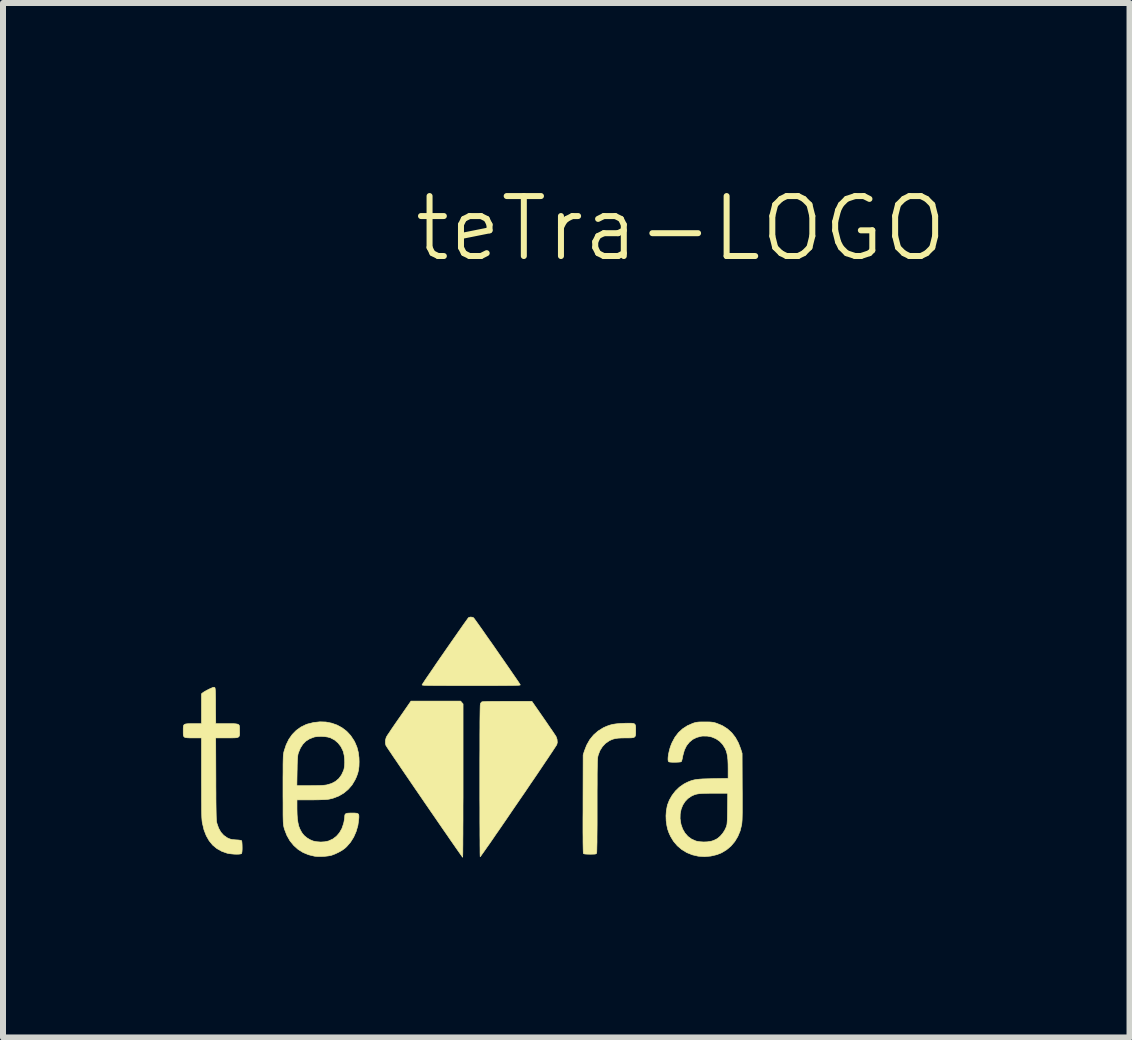
<source format=kicad_pcb>
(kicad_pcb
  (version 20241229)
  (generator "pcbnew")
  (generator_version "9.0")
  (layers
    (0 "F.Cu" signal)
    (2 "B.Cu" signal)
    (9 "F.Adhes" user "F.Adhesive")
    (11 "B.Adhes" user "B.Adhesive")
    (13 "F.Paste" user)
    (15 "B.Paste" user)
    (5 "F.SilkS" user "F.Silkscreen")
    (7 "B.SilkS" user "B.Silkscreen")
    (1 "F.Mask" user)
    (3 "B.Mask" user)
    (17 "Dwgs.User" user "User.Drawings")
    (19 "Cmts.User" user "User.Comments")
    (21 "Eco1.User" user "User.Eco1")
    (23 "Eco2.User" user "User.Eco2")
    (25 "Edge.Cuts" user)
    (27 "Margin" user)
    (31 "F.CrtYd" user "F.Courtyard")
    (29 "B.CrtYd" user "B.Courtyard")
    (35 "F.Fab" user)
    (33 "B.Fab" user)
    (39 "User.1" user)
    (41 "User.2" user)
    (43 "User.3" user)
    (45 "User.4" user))
  (footprint "teTra-LOGO"
    (layer "F.Cu")
    (at 4.802 9.261)
    (property "Reference" "teTra-LOGO" (at 3.5 -8.5 0) (unlocked yes) (layer "F.SilkS") (effects (font (size 1 1) (thickness 0.1))))
    (attr smd)
    (fp_poly (pts (xy -0.153 -0.599) (xy -0.132 -0.575) (xy -0.132 0.703) (xy -0.132 0.848) (xy -0.132 0.989) (xy -0.133 1.125) (xy -0.133 1.253) (xy -0.133 1.375) (xy -0.134 1.488) (xy -0.134 1.592) (xy -0.135 1.685) (xy -0.135 1.768) (xy -0.136 1.838) (xy -0.136 1.895) (xy -0.137 1.939) (xy -0.138 1.967) (xy -0.139 1.98) (xy -0.139 1.981) (xy -0.144 1.974) (xy -0.159 1.954) (xy -0.182 1.921) (xy -0.213 1.877) (xy -0.251 1.823) (xy -0.296 1.758) (xy -0.347 1.685) (xy -0.403 1.603) (xy -0.465 1.514) (xy -0.531 1.418) (xy -0.601 1.316) (xy -0.675 1.209) (xy -0.751 1.098) (xy -0.778 1.059) (xy -0.855 0.946) (xy -0.93 0.837) (xy -1.001 0.733) (xy -1.069 0.633) (xy -1.133 0.54) (xy -1.191 0.454) (xy -1.244 0.376) (xy -1.292 0.306) (xy -1.332 0.246) (xy -1.366 0.196) (xy -1.392 0.157) (xy -1.409 0.13) (xy -1.418 0.116) (xy -1.419 0.114) (xy -1.427 0.077) (xy -1.426 0.033) (xy -1.416 -0.008) (xy -1.411 -0.022) (xy -1.403 -0.036) (xy -1.386 -0.063) (xy -1.361 -0.099) (xy -1.331 -0.145) (xy -1.295 -0.198) (xy -1.255 -0.256) (xy -1.212 -0.318) (xy -1.197 -0.339) (xy -1 -0.623) (xy -0.173 -0.623) (xy -0.153 -0.599)) (stroke (width 0.01) (type solid)) (fill yes) (layer "F.SilkS"))
    (fp_poly (pts (xy 0.022 -2.021) (xy 0.043 -2.012) (xy 0.05 -2.003) (xy 0.066 -1.982) (xy 0.089 -1.95) (xy 0.12 -1.907) (xy 0.156 -1.856) (xy 0.198 -1.797) (xy 0.243 -1.732) (xy 0.292 -1.662) (xy 0.344 -1.589) (xy 0.397 -1.513) (xy 0.45 -1.436) (xy 0.503 -1.36) (xy 0.555 -1.285) (xy 0.605 -1.213) (xy 0.652 -1.145) (xy 0.695 -1.082) (xy 0.733 -1.027) (xy 0.766 -0.979) (xy 0.792 -0.941) (xy 0.81 -0.913) (xy 0.82 -0.897) (xy 0.821 -0.895) (xy 0.821 -0.892) (xy 0.818 -0.89) (xy 0.81 -0.889) (xy 0.798 -0.887) (xy 0.78 -0.886) (xy 0.755 -0.885) (xy 0.722 -0.884) (xy 0.681 -0.883) (xy 0.629 -0.883) (xy 0.567 -0.882) (xy 0.493 -0.882) (xy 0.407 -0.881) (xy 0.307 -0.881) (xy 0.192 -0.881) (xy 0.061 -0.881) (xy 0.003 -0.881) (xy -0.134 -0.881) (xy -0.254 -0.881) (xy -0.36 -0.881) (xy -0.452 -0.882) (xy -0.531 -0.882) (xy -0.598 -0.882) (xy -0.653 -0.883) (xy -0.699 -0.883) (xy -0.735 -0.884) (xy -0.763 -0.885) (xy -0.784 -0.886) (xy -0.799 -0.888) (xy -0.808 -0.889) (xy -0.813 -0.891) (xy -0.815 -0.893) (xy -0.815 -0.895) (xy -0.808 -0.906) (xy -0.793 -0.929) (xy -0.771 -0.963) (xy -0.741 -1.008) (xy -0.705 -1.06) (xy -0.664 -1.12) (xy -0.619 -1.186) (xy -0.571 -1.257) (xy -0.52 -1.331) (xy -0.467 -1.407) (xy -0.414 -1.484) (xy -0.361 -1.56) (xy -0.309 -1.635) (xy -0.259 -1.706) (xy -0.212 -1.774) (xy -0.169 -1.835) (xy -0.131 -1.89) (xy -0.098 -1.936) (xy -0.071 -1.973) (xy -0.052 -2) (xy -0.041 -2.014) (xy -0.039 -2.016) (xy -0.01 -2.024) (xy 0.022 -2.021)) (stroke (width 0.01) (type solid)) (fill yes) (layer "F.SilkS"))
    (fp_poly (pts (xy 1.21 -0.338) (xy 1.253 -0.276) (xy 1.293 -0.217) (xy 1.33 -0.163) (xy 1.362 -0.117) (xy 1.388 -0.078) (xy 1.407 -0.05) (xy 1.417 -0.033) (xy 1.419 -0.031) (xy 1.435 0.015) (xy 1.439 0.066) (xy 1.432 0.098) (xy 1.427 0.109) (xy 1.412 0.132) (xy 1.389 0.167) (xy 1.359 0.213) (xy 1.322 0.268) (xy 1.279 0.333) (xy 1.23 0.405) (xy 1.177 0.484) (xy 1.12 0.569) (xy 1.059 0.659) (xy 0.995 0.752) (xy 0.93 0.849) (xy 0.863 0.947) (xy 0.795 1.046) (xy 0.727 1.145) (xy 0.66 1.243) (xy 0.595 1.339) (xy 0.531 1.432) (xy 0.47 1.521) (xy 0.412 1.604) (xy 0.359 1.682) (xy 0.31 1.753) (xy 0.266 1.815) (xy 0.229 1.868) (xy 0.198 1.912) (xy 0.175 1.944) (xy 0.16 1.965) (xy 0.154 1.972) (xy 0.153 1.972) (xy 0.153 1.964) (xy 0.152 1.939) (xy 0.151 1.9) (xy 0.151 1.846) (xy 0.15 1.78) (xy 0.15 1.701) (xy 0.149 1.61) (xy 0.149 1.509) (xy 0.148 1.399) (xy 0.148 1.28) (xy 0.148 1.154) (xy 0.147 1.02) (xy 0.147 0.881) (xy 0.147 0.738) (xy 0.147 0.712) (xy 0.147 0.523) (xy 0.147 0.351) (xy 0.148 0.195) (xy 0.148 0.055) (xy 0.148 -0.07) (xy 0.149 -0.18) (xy 0.149 -0.276) (xy 0.15 -0.357) (xy 0.151 -0.425) (xy 0.152 -0.48) (xy 0.153 -0.522) (xy 0.154 -0.552) (xy 0.156 -0.57) (xy 0.156 -0.575) (xy 0.167 -0.596) (xy 0.181 -0.61) (xy 0.181 -0.61) (xy 0.193 -0.612) (xy 0.222 -0.614) (xy 0.264 -0.616) (xy 0.321 -0.617) (xy 0.391 -0.618) (xy 0.473 -0.618) (xy 0.565 -0.619) (xy 0.606 -0.619) (xy 1.015 -0.619) (xy 1.21 -0.338)) (stroke (width 0.01) (type solid)) (fill yes) (layer "F.SilkS"))
    (fp_poly (pts (xy 2.67 -0.254) (xy 2.702 -0.251) (xy 2.724 -0.244) (xy 2.737 -0.23) (xy 2.744 -0.21) (xy 2.746 -0.181) (xy 2.746 -0.142) (xy 2.746 -0.132) (xy 2.746 -0.09) (xy 2.744 -0.059) (xy 2.738 -0.037) (xy 2.726 -0.023) (xy 2.705 -0.014) (xy 2.674 -0.01) (xy 2.63 -0.009) (xy 2.579 -0.009) (xy 2.509 -0.008) (xy 2.452 -0.005) (xy 2.406 0.002) (xy 2.366 0.012) (xy 2.329 0.027) (xy 2.303 0.04) (xy 2.242 0.082) (xy 2.19 0.138) (xy 2.149 0.204) (xy 2.121 0.278) (xy 2.115 0.303) (xy 2.113 0.316) (xy 2.111 0.333) (xy 2.11 0.356) (xy 2.108 0.386) (xy 2.107 0.424) (xy 2.106 0.471) (xy 2.105 0.528) (xy 2.104 0.595) (xy 2.104 0.675) (xy 2.104 0.767) (xy 2.103 0.873) (xy 2.103 0.994) (xy 2.103 1.128) (xy 2.103 1.282) (xy 2.103 1.42) (xy 2.102 1.54) (xy 2.101 1.644) (xy 2.101 1.731) (xy 2.099 1.801) (xy 2.098 1.854) (xy 2.097 1.89) (xy 2.095 1.91) (xy 2.094 1.913) (xy 2.089 1.92) (xy 2.08 1.925) (xy 2.064 1.928) (xy 2.039 1.929) (xy 2.001 1.93) (xy 1.985 1.93) (xy 1.938 1.929) (xy 1.906 1.927) (xy 1.886 1.924) (xy 1.876 1.919) (xy 1.875 1.918) (xy 1.873 1.911) (xy 1.872 1.895) (xy 1.871 1.869) (xy 1.87 1.832) (xy 1.869 1.783) (xy 1.868 1.722) (xy 1.868 1.648) (xy 1.867 1.56) (xy 1.867 1.459) (xy 1.867 1.342) (xy 1.868 1.209) (xy 1.868 1.09) (xy 1.87 0.275) (xy 1.89 0.211) (xy 1.929 0.111) (xy 1.98 0.021) (xy 2.043 -0.057) (xy 2.118 -0.123) (xy 2.203 -0.176) (xy 2.217 -0.183) (xy 2.267 -0.205) (xy 2.315 -0.222) (xy 2.364 -0.235) (xy 2.419 -0.243) (xy 2.482 -0.249) (xy 2.558 -0.252) (xy 2.565 -0.253) (xy 2.625 -0.254) (xy 2.67 -0.254)) (stroke (width 0.01) (type solid)) (fill yes) (layer "F.SilkS"))
    (fp_poly (pts (xy -4.276 -0.851) (xy -4.274 -0.85) (xy -4.27 -0.847) (xy -4.267 -0.84) (xy -4.265 -0.829) (xy -4.263 -0.811) (xy -4.261 -0.785) (xy -4.26 -0.749) (xy -4.259 -0.702) (xy -4.258 -0.642) (xy -4.258 -0.567) (xy -4.258 -0.544) (xy -4.255 -0.246) (xy -4.07 -0.246) (xy -4.004 -0.246) (xy -3.954 -0.246) (xy -3.917 -0.243) (xy -3.89 -0.238) (xy -3.873 -0.23) (xy -3.863 -0.216) (xy -3.859 -0.196) (xy -3.858 -0.169) (xy -3.858 -0.134) (xy -3.858 -0.128) (xy -3.857 -0.091) (xy -3.858 -0.063) (xy -3.862 -0.042) (xy -3.871 -0.028) (xy -3.887 -0.018) (xy -3.912 -0.012) (xy -3.947 -0.01) (xy -3.996 -0.009) (xy -4.058 -0.009) (xy -4.07 -0.009) (xy -4.256 -0.009) (xy -4.253 0.675) (xy -4.253 0.799) (xy -4.252 0.909) (xy -4.252 1.003) (xy -4.251 1.084) (xy -4.25 1.153) (xy -4.249 1.211) (xy -4.248 1.259) (xy -4.247 1.298) (xy -4.246 1.33) (xy -4.244 1.355) (xy -4.243 1.374) (xy -4.241 1.39) (xy -4.238 1.403) (xy -4.236 1.413) (xy -4.208 1.494) (xy -4.171 1.561) (xy -4.124 1.614) (xy -4.068 1.654) (xy -4.046 1.665) (xy -4.016 1.677) (xy -3.983 1.685) (xy -3.943 1.689) (xy -3.918 1.691) (xy -3.881 1.693) (xy -3.851 1.697) (xy -3.831 1.701) (xy -3.826 1.703) (xy -3.821 1.715) (xy -3.818 1.74) (xy -3.816 1.773) (xy -3.815 1.811) (xy -3.815 1.848) (xy -3.817 1.882) (xy -3.821 1.907) (xy -3.825 1.92) (xy -3.84 1.925) (xy -3.868 1.929) (xy -3.904 1.93) (xy -3.946 1.929) (xy -3.99 1.925) (xy -4.031 1.92) (xy -4.066 1.913) (xy -4.066 1.913) (xy -4.156 1.881) (xy -4.236 1.836) (xy -4.306 1.778) (xy -4.365 1.706) (xy -4.413 1.622) (xy -4.451 1.524) (xy -4.477 1.414) (xy -4.48 1.402) (xy -4.482 1.385) (xy -4.484 1.365) (xy -4.486 1.341) (xy -4.488 1.311) (xy -4.489 1.274) (xy -4.49 1.229) (xy -4.491 1.175) (xy -4.491 1.11) (xy -4.492 1.034) (xy -4.492 0.944) (xy -4.492 0.841) (xy -4.493 0.723) (xy -4.493 0.659) (xy -4.493 -0.009) (xy -4.632 -0.009) (xy -4.689 -0.009) (xy -4.731 -0.011) (xy -4.76 -0.015) (xy -4.779 -0.023) (xy -4.791 -0.038) (xy -4.796 -0.06) (xy -4.797 -0.091) (xy -4.797 -0.128) (xy -4.797 -0.168) (xy -4.795 -0.198) (xy -4.79 -0.22) (xy -4.778 -0.233) (xy -4.758 -0.241) (xy -4.727 -0.245) (xy -4.683 -0.246) (xy -4.632 -0.246) (xy -4.493 -0.246) (xy -4.493 -0.744) (xy -4.469 -0.764) (xy -4.451 -0.776) (xy -4.422 -0.793) (xy -4.388 -0.811) (xy -4.367 -0.822) (xy -4.329 -0.839) (xy -4.303 -0.85) (xy -4.286 -0.853) (xy -4.276 -0.851)) (stroke (width 0.01) (type solid)) (fill yes) (layer "F.SilkS"))
    (fp_poly (pts (xy 3.898 -0.275) (xy 3.95 -0.275) (xy 3.989 -0.274) (xy 4.019 -0.271) (xy 4.045 -0.267) (xy 4.069 -0.261) (xy 4.097 -0.252) (xy 4.191 -0.213) (xy 4.275 -0.16) (xy 4.347 -0.095) (xy 4.408 -0.017) (xy 4.458 0.074) (xy 4.496 0.173) (xy 4.52 0.249) (xy 4.522 0.806) (xy 4.523 0.92) (xy 4.523 1.019) (xy 4.523 1.103) (xy 4.523 1.175) (xy 4.523 1.235) (xy 4.522 1.284) (xy 4.521 1.325) (xy 4.52 1.359) (xy 4.518 1.386) (xy 4.516 1.409) (xy 4.514 1.428) (xy 4.512 1.44) (xy 4.487 1.542) (xy 4.448 1.635) (xy 4.397 1.72) (xy 4.334 1.794) (xy 4.261 1.856) (xy 4.178 1.906) (xy 4.101 1.937) (xy 3.999 1.961) (xy 3.894 1.97) (xy 3.789 1.963) (xy 3.788 1.963) (xy 3.69 1.94) (xy 3.598 1.903) (xy 3.514 1.852) (xy 3.44 1.789) (xy 3.377 1.715) (xy 3.327 1.632) (xy 3.299 1.57) (xy 3.279 1.513) (xy 3.266 1.454) (xy 3.256 1.386) (xy 3.254 1.374) (xy 3.253 1.336) (xy 3.486 1.336) (xy 3.487 1.343) (xy 3.501 1.431) (xy 3.528 1.509) (xy 3.567 1.577) (xy 3.616 1.633) (xy 3.676 1.677) (xy 3.745 1.708) (xy 3.762 1.713) (xy 3.816 1.722) (xy 3.877 1.726) (xy 3.939 1.724) (xy 3.996 1.715) (xy 4.019 1.71) (xy 4.056 1.696) (xy 4.093 1.678) (xy 4.115 1.664) (xy 4.156 1.629) (xy 4.196 1.583) (xy 4.23 1.531) (xy 4.254 1.48) (xy 4.26 1.464) (xy 4.264 1.448) (xy 4.268 1.431) (xy 4.27 1.409) (xy 4.272 1.382) (xy 4.274 1.346) (xy 4.275 1.3) (xy 4.276 1.241) (xy 4.277 1.17) (xy 4.28 0.914) (xy 4.048 0.914) (xy 3.97 0.914) (xy 3.906 0.915) (xy 3.854 0.917) (xy 3.812 0.92) (xy 3.778 0.925) (xy 3.749 0.931) (xy 3.722 0.94) (xy 3.695 0.952) (xy 3.676 0.961) (xy 3.618 1) (xy 3.569 1.051) (xy 3.53 1.112) (xy 3.503 1.182) (xy 3.488 1.257) (xy 3.486 1.336) (xy 3.253 1.336) (xy 3.251 1.291) (xy 3.257 1.206) (xy 3.272 1.126) (xy 3.276 1.109) (xy 3.308 1.027) (xy 3.353 0.949) (xy 3.409 0.876) (xy 3.474 0.813) (xy 3.545 0.763) (xy 3.576 0.746) (xy 3.615 0.727) (xy 3.651 0.712) (xy 3.685 0.7) (xy 3.721 0.691) (xy 3.761 0.684) (xy 3.807 0.679) (xy 3.862 0.675) (xy 3.929 0.673) (xy 4.009 0.671) (xy 4.035 0.67) (xy 4.287 0.666) (xy 4.287 0.507) (xy 4.286 0.426) (xy 4.283 0.358) (xy 4.277 0.302) (xy 4.268 0.253) (xy 4.256 0.21) (xy 4.239 0.17) (xy 4.237 0.165) (xy 4.197 0.101) (xy 4.146 0.047) (xy 4.084 0.005) (xy 4.015 -0.024) (xy 3.941 -0.039) (xy 3.863 -0.04) (xy 3.839 -0.037) (xy 3.763 -0.017) (xy 3.696 0.016) (xy 3.64 0.063) (xy 3.593 0.122) (xy 3.558 0.194) (xy 3.534 0.279) (xy 3.53 0.299) (xy 3.523 0.334) (xy 3.516 0.363) (xy 3.509 0.382) (xy 3.507 0.386) (xy 3.495 0.391) (xy 3.47 0.394) (xy 3.437 0.396) (xy 3.4 0.397) (xy 3.363 0.397) (xy 3.33 0.395) (xy 3.306 0.392) (xy 3.297 0.389) (xy 3.288 0.374) (xy 3.285 0.347) (xy 3.287 0.309) (xy 3.293 0.264) (xy 3.304 0.214) (xy 3.317 0.163) (xy 3.334 0.114) (xy 3.352 0.07) (xy 3.401 -0.021) (xy 3.46 -0.098) (xy 3.529 -0.161) (xy 3.609 -0.213) (xy 3.699 -0.252) (xy 3.726 -0.261) (xy 3.75 -0.267) (xy 3.774 -0.271) (xy 3.802 -0.274) (xy 3.838 -0.275) (xy 3.886 -0.275) (xy 3.898 -0.275)) (stroke (width 0.01) (type solid)) (fill yes) (layer "F.SilkS"))
    (fp_poly (pts (xy -2.419 -0.274) (xy -2.323 -0.255) (xy -2.232 -0.223) (xy -2.148 -0.177) (xy -2.072 -0.119) (xy -2.006 -0.048) (xy -1.951 0.035) (xy -1.936 0.063) (xy -1.901 0.145) (xy -1.879 0.23) (xy -1.867 0.322) (xy -1.865 0.389) (xy -1.867 0.462) (xy -1.874 0.524) (xy -1.888 0.581) (xy -1.909 0.639) (xy -1.933 0.691) (xy -1.983 0.775) (xy -2.046 0.848) (xy -2.12 0.91) (xy -2.205 0.96) (xy -2.299 0.996) (xy -2.365 1.012) (xy -2.393 1.016) (xy -2.431 1.019) (xy -2.48 1.021) (xy -2.542 1.023) (xy -2.617 1.024) (xy -2.665 1.024) (xy -2.901 1.024) (xy -2.901 1.174) (xy -2.899 1.265) (xy -2.894 1.341) (xy -2.884 1.406) (xy -2.871 1.463) (xy -2.851 1.513) (xy -2.826 1.56) (xy -2.809 1.586) (xy -2.778 1.622) (xy -2.735 1.657) (xy -2.686 1.687) (xy -2.637 1.708) (xy -2.632 1.71) (xy -2.572 1.722) (xy -2.505 1.727) (xy -2.439 1.723) (xy -2.381 1.711) (xy -2.374 1.709) (xy -2.304 1.677) (xy -2.243 1.631) (xy -2.192 1.572) (xy -2.152 1.502) (xy -2.124 1.42) (xy -2.118 1.395) (xy -2.112 1.359) (xy -2.107 1.326) (xy -2.105 1.302) (xy -2.105 1.3) (xy -2.103 1.278) (xy -2.096 1.262) (xy -2.081 1.252) (xy -2.056 1.246) (xy -2.018 1.244) (xy -1.987 1.244) (xy -1.939 1.244) (xy -1.906 1.247) (xy -1.885 1.254) (xy -1.873 1.267) (xy -1.869 1.288) (xy -1.869 1.319) (xy -1.871 1.342) (xy -1.885 1.449) (xy -1.914 1.55) (xy -1.955 1.644) (xy -2.008 1.729) (xy -2.071 1.802) (xy -2.106 1.834) (xy -2.151 1.866) (xy -2.206 1.897) (xy -2.265 1.925) (xy -2.32 1.946) (xy -2.338 1.951) (xy -2.382 1.959) (xy -2.436 1.965) (xy -2.495 1.968) (xy -2.552 1.968) (xy -2.6 1.964) (xy -2.609 1.963) (xy -2.708 1.939) (xy -2.8 1.901) (xy -2.883 1.849) (xy -2.955 1.784) (xy -3.018 1.707) (xy -3.069 1.617) (xy -3.108 1.517) (xy -3.115 1.494) (xy -3.118 1.48) (xy -3.121 1.467) (xy -3.124 1.453) (xy -3.126 1.437) (xy -3.128 1.417) (xy -3.13 1.392) (xy -3.131 1.361) (xy -3.132 1.323) (xy -3.133 1.276) (xy -3.133 1.218) (xy -3.133 1.149) (xy -3.133 1.067) (xy -3.134 0.971) (xy -3.134 0.86) (xy -3.134 0.854) (xy -3.134 0.787) (xy -2.903 0.787) (xy -2.687 0.787) (xy -2.603 0.786) (xy -2.535 0.785) (xy -2.481 0.783) (xy -2.438 0.779) (xy -2.407 0.775) (xy -2.328 0.752) (xy -2.26 0.717) (xy -2.203 0.669) (xy -2.158 0.608) (xy -2.125 0.536) (xy -2.117 0.512) (xy -2.109 0.464) (xy -2.105 0.406) (xy -2.107 0.344) (xy -2.114 0.283) (xy -2.126 0.229) (xy -2.132 0.21) (xy -2.167 0.138) (xy -2.215 0.076) (xy -2.273 0.026) (xy -2.341 -0.01) (xy -2.344 -0.011) (xy -2.387 -0.023) (xy -2.441 -0.031) (xy -2.498 -0.034) (xy -2.555 -0.032) (xy -2.603 -0.026) (xy -2.618 -0.022) (xy -2.691 0.006) (xy -2.753 0.045) (xy -2.803 0.096) (xy -2.844 0.16) (xy -2.876 0.237) (xy -2.882 0.256) (xy -2.886 0.275) (xy -2.889 0.302) (xy -2.892 0.338) (xy -2.895 0.385) (xy -2.897 0.444) (xy -2.898 0.519) (xy -2.899 0.543) (xy -2.903 0.787) (xy -3.134 0.787) (xy -3.134 0.742) (xy -3.134 0.645) (xy -3.133 0.563) (xy -3.133 0.493) (xy -3.133 0.435) (xy -3.132 0.387) (xy -3.131 0.348) (xy -3.13 0.316) (xy -3.129 0.291) (xy -3.127 0.27) (xy -3.124 0.253) (xy -3.122 0.238) (xy -3.119 0.224) (xy -3.115 0.209) (xy -3.115 0.209) (xy -3.081 0.106) (xy -3.036 0.014) (xy -2.979 -0.067) (xy -2.912 -0.135) (xy -2.835 -0.19) (xy -2.749 -0.232) (xy -2.726 -0.24) (xy -2.622 -0.266) (xy -2.519 -0.277) (xy -2.419 -0.274)) (stroke (width 0.01) (type solid)) (fill yes) (layer "F.SilkS")))
  (gr_rect
    (start -3 -3)
    (end 15.781 14.246)
    (stroke (width 0.1) (type default))
    (fill no)
    (layer "Edge.Cuts")))
</source>
